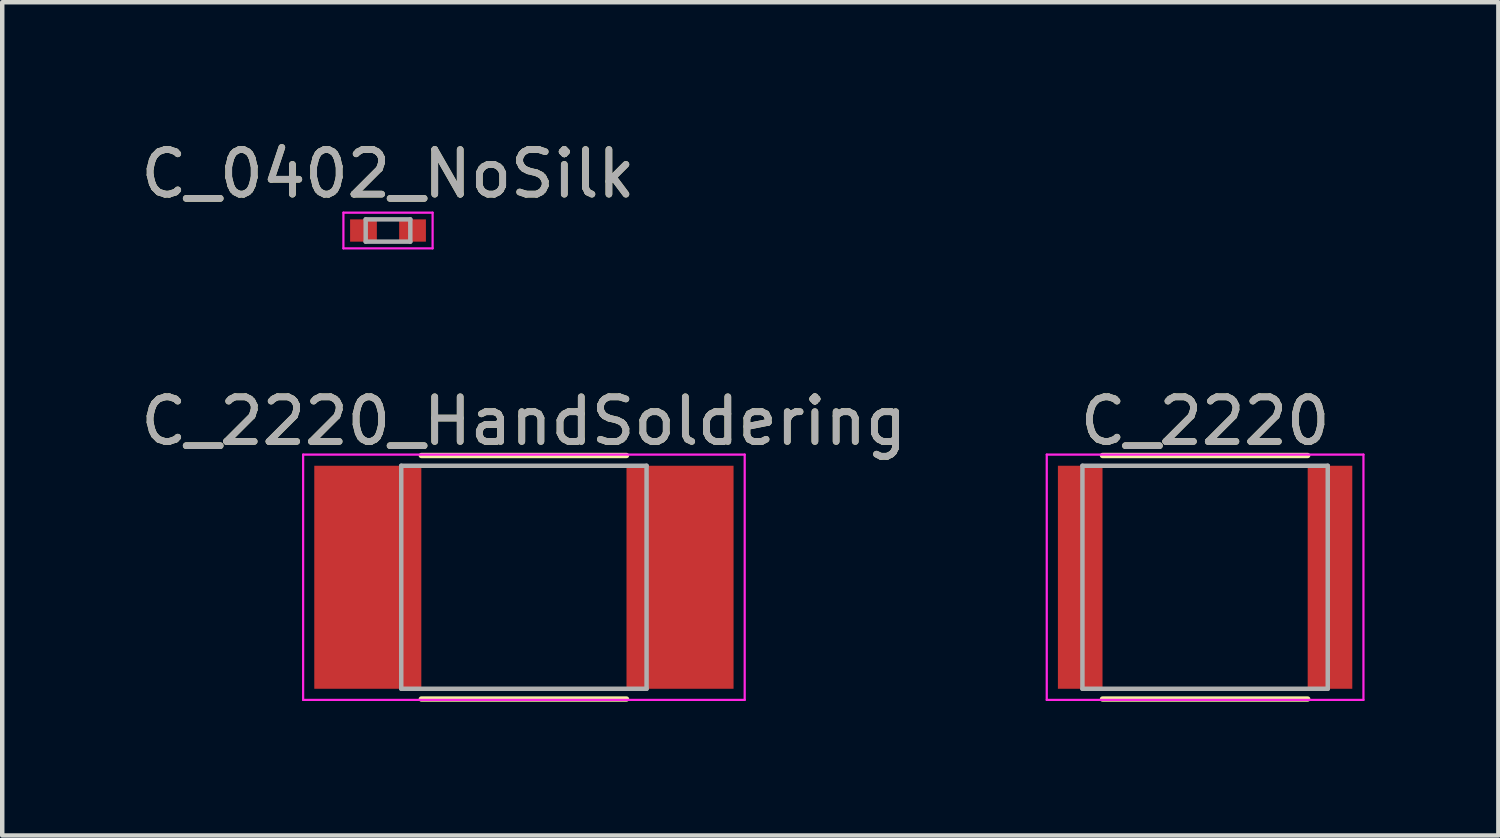
<source format=kicad_pcb>
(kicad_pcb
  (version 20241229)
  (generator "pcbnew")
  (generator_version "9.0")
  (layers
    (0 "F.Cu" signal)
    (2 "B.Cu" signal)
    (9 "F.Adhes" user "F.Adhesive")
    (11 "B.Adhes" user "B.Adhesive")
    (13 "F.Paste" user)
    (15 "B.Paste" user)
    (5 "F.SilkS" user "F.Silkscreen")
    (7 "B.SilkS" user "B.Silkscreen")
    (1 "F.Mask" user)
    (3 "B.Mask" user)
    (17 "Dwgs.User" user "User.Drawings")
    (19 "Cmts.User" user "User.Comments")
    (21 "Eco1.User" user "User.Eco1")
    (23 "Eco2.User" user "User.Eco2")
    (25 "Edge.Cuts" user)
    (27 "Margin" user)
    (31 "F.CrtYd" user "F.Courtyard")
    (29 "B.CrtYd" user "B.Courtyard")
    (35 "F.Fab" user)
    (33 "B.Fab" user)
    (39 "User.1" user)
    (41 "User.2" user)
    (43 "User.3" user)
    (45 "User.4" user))
  (footprint "C_2220_HandSoldering"
    (layer "F.Cu")
    (at 8.696 9.892)
    (property "Reference" "C_2220_HandSoldering" (at 0 -3.5 0) (layer "F.SilkS") (effects (font (size 1 1) (thickness 0.15))))
    (attr smd)
    (fp_line (start -2.3 2.73) (end 2.3 2.73) (stroke (width 0.12) (type solid)) (layer "F.SilkS"))
    (fp_line (start 2.3 -2.73) (end -2.3 -2.73) (stroke (width 0.12) (type solid)) (layer "F.SilkS"))
    (fp_line (start -4.95 -2.75) (end -4.95 2.75) (stroke (width 0.05) (type solid)) (layer "F.CrtYd"))
    (fp_line (start -4.95 -2.75) (end 4.95 -2.75) (stroke (width 0.05) (type solid)) (layer "F.CrtYd"))
    (fp_line (start 4.95 2.75) (end -4.95 2.75) (stroke (width 0.05) (type solid)) (layer "F.CrtYd"))
    (fp_line (start 4.95 2.75) (end 4.95 -2.75) (stroke (width 0.05) (type solid)) (layer "F.CrtYd"))
    (fp_line (start -2.75 -2.5) (end 2.75 -2.5) (stroke (width 0.1) (type solid)) (layer "F.Fab"))
    (fp_line (start -2.75 2.5) (end -2.75 -2.5) (stroke (width 0.1) (type solid)) (layer "F.Fab"))
    (fp_line (start 2.75 -2.5) (end 2.75 2.5) (stroke (width 0.1) (type solid)) (layer "F.Fab"))
    (fp_line (start 2.75 2.5) (end -2.75 2.5) (stroke (width 0.1) (type solid)) (layer "F.Fab"))
    (fp_text user "${REFERENCE}" (at 0 -3.5 0) (layer "F.Fab") (effects (font (size 1 1) (thickness 0.15))))
    (pad "1" smd rect (at -3.5 0) (size 2.4 5) (layers "F.Cu" "F.Mask" "F.Paste"))
    (pad "2" smd rect (at 3.5 0) (size 2.4 5) (layers "F.Cu" "F.Mask" "F.Paste")))
  (footprint "C_2220"
    (layer "F.Cu")
    (at 23.968 9.892)
    (property "Reference" "C_2220" (at 0 -3.5 0) (layer "F.SilkS") (effects (font (size 1 1) (thickness 0.15))))
    (attr smd)
    (fp_line (start -2.3 2.73) (end 2.3 2.73) (stroke (width 0.12) (type solid)) (layer "F.SilkS"))
    (fp_line (start 2.3 -2.73) (end -2.3 -2.73) (stroke (width 0.12) (type solid)) (layer "F.SilkS"))
    (fp_line (start -3.55 -2.75) (end -3.55 2.75) (stroke (width 0.05) (type solid)) (layer "F.CrtYd"))
    (fp_line (start -3.55 -2.75) (end 3.55 -2.75) (stroke (width 0.05) (type solid)) (layer "F.CrtYd"))
    (fp_line (start 3.55 2.75) (end -3.55 2.75) (stroke (width 0.05) (type solid)) (layer "F.CrtYd"))
    (fp_line (start 3.55 2.75) (end 3.55 -2.75) (stroke (width 0.05) (type solid)) (layer "F.CrtYd"))
    (fp_line (start -2.75 -2.5) (end 2.75 -2.5) (stroke (width 0.1) (type solid)) (layer "F.Fab"))
    (fp_line (start -2.75 2.5) (end -2.75 -2.5) (stroke (width 0.1) (type solid)) (layer "F.Fab"))
    (fp_line (start 2.75 -2.5) (end 2.75 2.5) (stroke (width 0.1) (type solid)) (layer "F.Fab"))
    (fp_line (start 2.75 2.5) (end -2.75 2.5) (stroke (width 0.1) (type solid)) (layer "F.Fab"))
    (fp_text user "${REFERENCE}" (at 0 -3.5 0) (layer "F.Fab") (effects (font (size 1 1) (thickness 0.15))))
    (pad "1" smd rect (at -2.8 0) (size 1 5) (layers "F.Cu" "F.Mask" "F.Paste"))
    (pad "2" smd rect (at 2.8 0) (size 1 5) (layers "F.Cu" "F.Mask" "F.Paste")))
  (footprint "C_0402_NoSilk"
    (layer "F.Cu")
    (at 5.649 2.118)
    (property "Reference" "C_0402_NoSilk" (at 0 -1.27 0) (layer "F.SilkS") (effects (font (size 1 1) (thickness 0.15))))
    (attr smd)
    (fp_line (start -1 -0.4) (end -1 0.4) (stroke (width 0.05) (type solid)) (layer "F.CrtYd"))
    (fp_line (start -1 -0.4) (end 1 -0.4) (stroke (width 0.05) (type solid)) (layer "F.CrtYd"))
    (fp_line (start 1 0.4) (end -1 0.4) (stroke (width 0.05) (type solid)) (layer "F.CrtYd"))
    (fp_line (start 1 0.4) (end 1 -0.4) (stroke (width 0.05) (type solid)) (layer "F.CrtYd"))
    (fp_line (start -0.5 -0.25) (end 0.5 -0.25) (stroke (width 0.1) (type solid)) (layer "F.Fab"))
    (fp_line (start -0.5 0.25) (end -0.5 -0.25) (stroke (width 0.1) (type solid)) (layer "F.Fab"))
    (fp_line (start 0.5 -0.25) (end 0.5 0.25) (stroke (width 0.1) (type solid)) (layer "F.Fab"))
    (fp_line (start 0.5 0.25) (end -0.5 0.25) (stroke (width 0.1) (type solid)) (layer "F.Fab"))
    (fp_text user "${REFERENCE}" (at 0 -1.27 0) (layer "F.Fab") (effects (font (size 1 1) (thickness 0.15))))
    (pad "1" smd rect (at -0.55 0) (size 0.6 0.5) (layers "F.Cu" "F.Mask" "F.Paste"))
    (pad "2" smd rect (at 0.55 0) (size 0.6 0.5) (layers "F.Cu" "F.Mask" "F.Paste")))
  (gr_rect
    (start -3 -3)
    (end 30.543 15.681)
    (stroke (width 0.1) (type default))
    (fill no)
    (layer "Edge.Cuts")))
</source>
